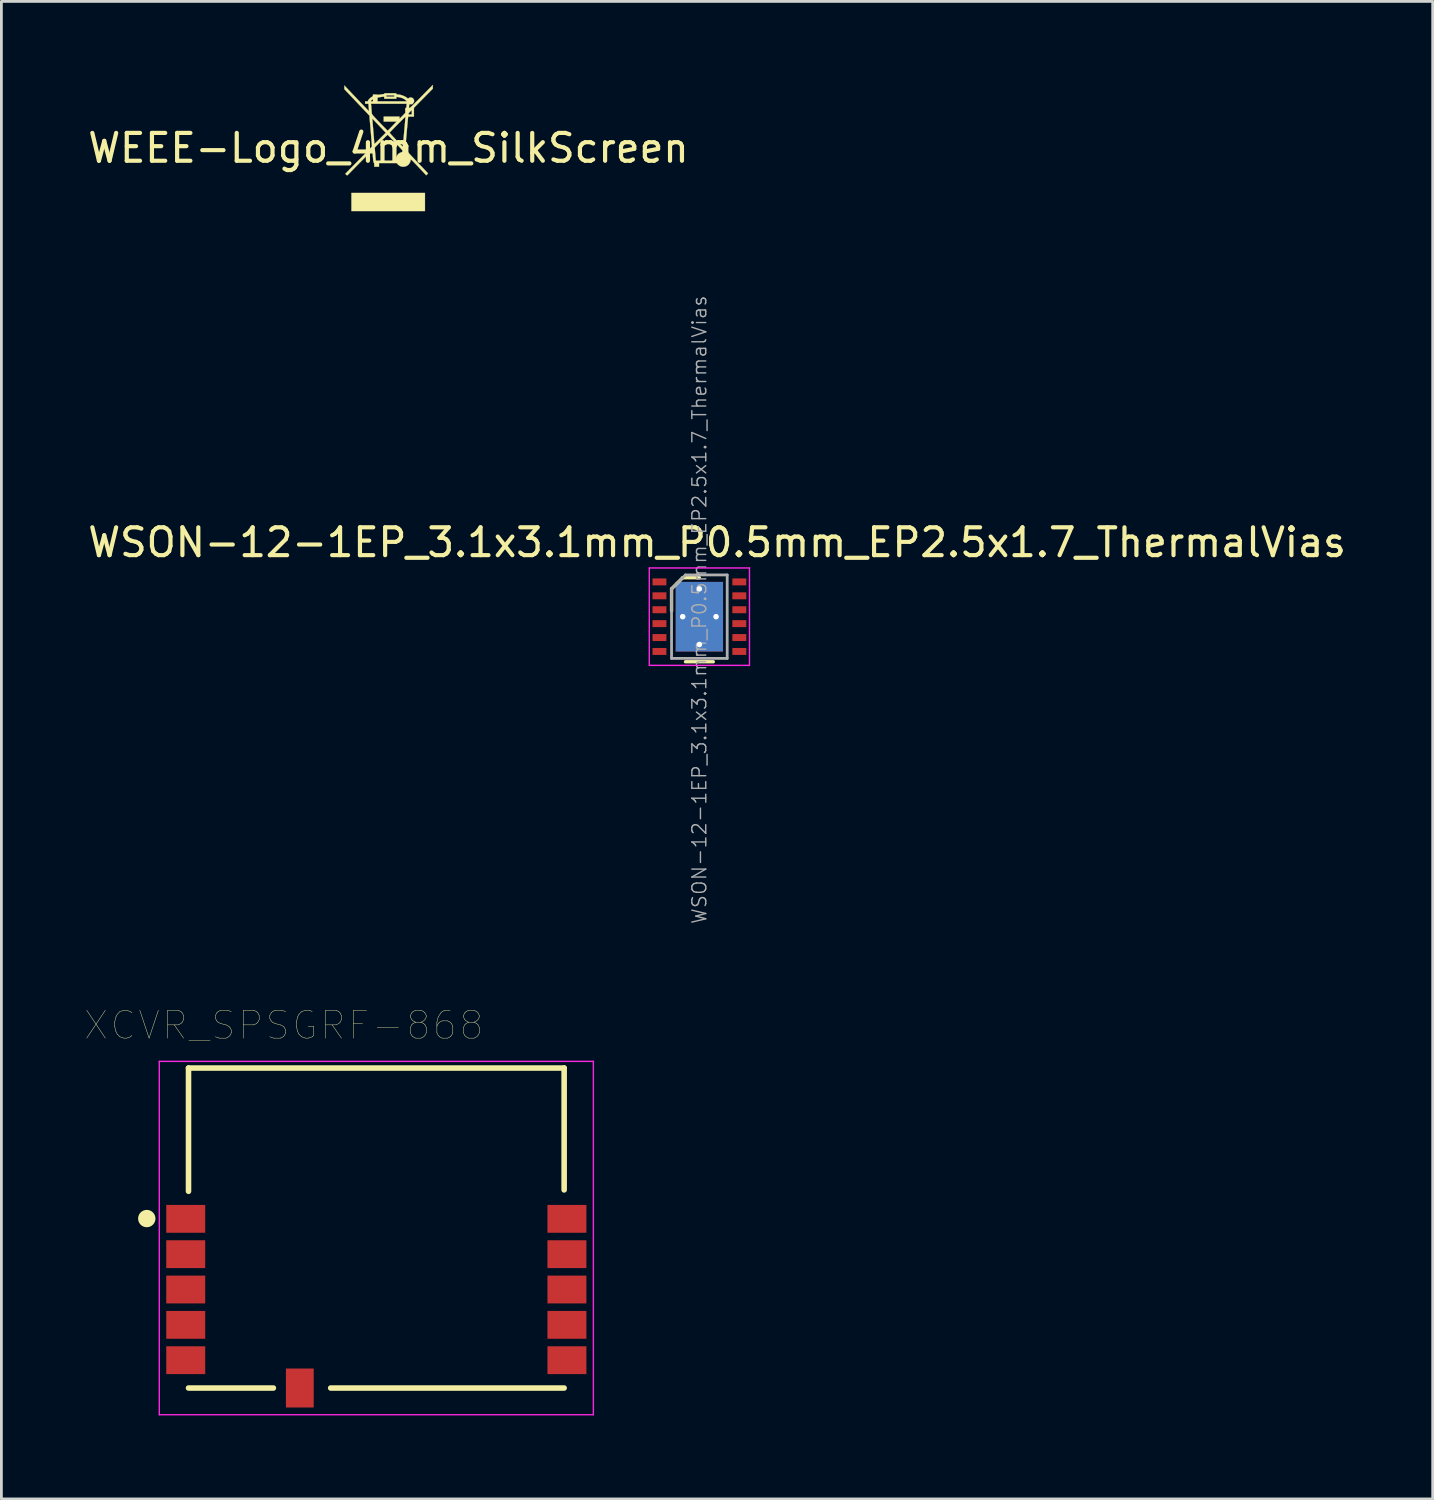
<source format=kicad_pcb>
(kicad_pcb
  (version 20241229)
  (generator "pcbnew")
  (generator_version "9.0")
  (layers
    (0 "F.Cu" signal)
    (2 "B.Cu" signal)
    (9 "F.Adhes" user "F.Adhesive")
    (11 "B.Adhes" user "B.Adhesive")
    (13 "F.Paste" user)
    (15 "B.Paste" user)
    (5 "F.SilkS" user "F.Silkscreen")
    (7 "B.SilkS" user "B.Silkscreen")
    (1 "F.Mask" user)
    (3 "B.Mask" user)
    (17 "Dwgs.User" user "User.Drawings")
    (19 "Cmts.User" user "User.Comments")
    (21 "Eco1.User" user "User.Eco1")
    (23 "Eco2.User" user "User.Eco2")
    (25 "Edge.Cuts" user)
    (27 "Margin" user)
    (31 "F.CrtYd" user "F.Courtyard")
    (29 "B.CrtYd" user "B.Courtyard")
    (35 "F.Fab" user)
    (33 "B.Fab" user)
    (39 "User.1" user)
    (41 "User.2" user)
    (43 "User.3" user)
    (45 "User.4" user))
  (footprint "WEEE-Logo_4mm_SilkScreen"
    (layer "F.Cu")
    (at 10.911 2.272)
    (property "Reference" "WEEE-Logo_4mm_SilkScreen" (at 0 0 0) (layer "F.SilkS") (effects (font (size 1 1) (thickness 0.15))))
    (attr exclude_from_pos_files exclude_from_bom)
    (fp_poly (pts (xy 1.311 2.263) (xy -1.33 2.263) (xy -1.33 1.613) (xy 1.311 1.613) (xy 1.311 2.263)) (stroke (width 0.01) (type solid)) (fill yes) (layer "F.SilkS"))
    (fp_poly (pts (xy 1.593 -2.201) (xy 1.593 -2.136) (xy 1.254 -1.792) (xy 0.915 -1.448) (xy 0.915 -1.29) (xy 0.915 -1.132) (xy 0.708 -1.132) (xy 0.703 -1.092) (xy 0.701 -1.073) (xy 0.698 -1.039) (xy 0.693 -0.99) (xy 0.688 -0.93) (xy 0.681 -0.859) (xy 0.674 -0.781) (xy 0.666 -0.697) (xy 0.659 -0.609) (xy 0.651 -0.519) (xy 0.643 -0.429) (xy 0.635 -0.342) (xy 0.628 -0.259) (xy 0.621 -0.183) (xy 0.615 -0.115) (xy 0.611 -0.057) (xy 0.607 -0.012) (xy 0.605 0.018) (xy 0.604 0.031) (xy 0.604 0.031) (xy 0.61 0.042) (xy 0.627 0.064) (xy 0.656 0.098) (xy 0.697 0.144) (xy 0.751 0.203) (xy 0.817 0.274) (xy 0.896 0.357) (xy 0.988 0.454) (xy 1.013 0.481) (xy 1.423 0.91) (xy 1.357 0.976) (xy 1.303 0.918) (xy 1.284 0.897) (xy 1.253 0.864) (xy 1.213 0.822) (xy 1.167 0.773) (xy 1.115 0.719) (xy 1.061 0.662) (xy 1.028 0.627) (xy 0.967 0.563) (xy 0.918 0.512) (xy 0.879 0.473) (xy 0.849 0.444) (xy 0.827 0.425) (xy 0.812 0.416) (xy 0.802 0.414) (xy 0.797 0.42) (xy 0.794 0.431) (xy 0.793 0.449) (xy 0.793 0.453) (xy 0.786 0.485) (xy 0.768 0.524) (xy 0.744 0.563) (xy 0.716 0.597) (xy 0.705 0.608) (xy 0.649 0.644) (xy 0.582 0.665) (xy 0.524 0.67) (xy 0.457 0.66) (xy 0.396 0.634) (xy 0.341 0.59) (xy 0.331 0.579) (xy 0.295 0.538) (xy -0.34 0.538) (xy -0.34 0.67) (xy -0.509 0.67) (xy -0.509 0.608) (xy -0.511 0.566) (xy -0.519 0.537) (xy -0.527 0.521) (xy -0.533 0.509) (xy -0.539 0.493) (xy -0.544 0.469) (xy -0.548 0.435) (xy -0.553 0.388) (xy -0.558 0.327) (xy -0.562 0.281) (xy -0.578 0.067) (xy -0.985 0.479) (xy -1.059 0.554) (xy -1.129 0.625) (xy -1.196 0.693) (xy -1.257 0.755) (xy -1.311 0.81) (xy -1.357 0.857) (xy -1.393 0.895) (xy -1.419 0.921) (xy -1.433 0.936) (xy -1.456 0.959) (xy -1.475 0.975) (xy -1.485 0.981) (xy -1.498 0.974) (xy -1.517 0.959) (xy -1.523 0.952) (xy -1.551 0.924) (xy -1.4 0.771) (xy -1.362 0.732) (xy -1.312 0.682) (xy -1.254 0.622) (xy -1.188 0.557) (xy -1.119 0.486) (xy -1.046 0.413) (xy -0.974 0.34) (xy -0.922 0.287) (xy -0.843 0.207) (xy -0.776 0.14) (xy -0.722 0.083) (xy -0.678 0.037) (xy -0.644 0.001) (xy -0.628 -0.018) (xy -0.494 -0.018) (xy -0.477 0.196) (xy -0.472 0.259) (xy -0.467 0.316) (xy -0.463 0.365) (xy -0.459 0.403) (xy -0.456 0.426) (xy -0.456 0.431) (xy -0.451 0.453) (xy 0.261 0.453) (xy 0.266 0.393) (xy 0.281 0.323) (xy 0.311 0.262) (xy 0.354 0.21) (xy 0.41 0.171) (xy 0.473 0.148) (xy 0.493 0.137) (xy 0.503 0.113) (xy 0.503 0.112) (xy 0.505 0.102) (xy 0.503 0.092) (xy 0.497 0.08) (xy 0.486 0.063) (xy 0.467 0.041) (xy 0.44 0.011) (xy 0.403 -0.029) (xy 0.354 -0.08) (xy 0.351 -0.083) (xy 0.299 -0.138) (xy 0.243 -0.197) (xy 0.188 -0.255) (xy 0.137 -0.309) (xy 0.094 -0.354) (xy 0.085 -0.364) (xy 0.048 -0.402) (xy 0.016 -0.435) (xy -0.01 -0.46) (xy -0.027 -0.474) (xy -0.033 -0.478) (xy -0.042 -0.471) (xy -0.062 -0.452) (xy -0.092 -0.423) (xy -0.131 -0.385) (xy -0.176 -0.34) (xy -0.227 -0.289) (xy -0.268 -0.247) (xy -0.494 -0.018) (xy -0.628 -0.018) (xy -0.62 -0.027) (xy -0.604 -0.047) (xy -0.596 -0.06) (xy -0.594 -0.066) (xy -0.595 -0.08) (xy -0.597 -0.11) (xy -0.6 -0.156) (xy -0.605 -0.215) (xy -0.61 -0.287) (xy -0.617 -0.368) (xy -0.624 -0.457) (xy -0.632 -0.553) (xy -0.639 -0.63) (xy -0.675 -1.061) (xy -0.582 -1.061) (xy -0.581 -1.052) (xy -0.58 -1.026) (xy -0.576 -0.985) (xy -0.572 -0.93) (xy -0.567 -0.864) (xy -0.56 -0.789) (xy -0.553 -0.706) (xy -0.547 -0.627) (xy -0.539 -0.537) (xy -0.532 -0.453) (xy -0.525 -0.376) (xy -0.52 -0.307) (xy -0.515 -0.25) (xy -0.512 -0.206) (xy -0.51 -0.176) (xy -0.509 -0.165) (xy -0.508 -0.158) (xy -0.505 -0.155) (xy -0.497 -0.158) (xy -0.485 -0.167) (xy -0.465 -0.184) (xy -0.438 -0.21) (xy -0.401 -0.246) (xy -0.353 -0.293) (xy -0.302 -0.344) (xy -0.096 -0.55) (xy -0.097 -0.552) (xy 0.04 -0.552) (xy 0.046 -0.543) (xy 0.063 -0.523) (xy 0.09 -0.493) (xy 0.125 -0.456) (xy 0.165 -0.412) (xy 0.21 -0.364) (xy 0.257 -0.314) (xy 0.305 -0.263) (xy 0.352 -0.214) (xy 0.397 -0.168) (xy 0.436 -0.127) (xy 0.47 -0.093) (xy 0.495 -0.067) (xy 0.511 -0.053) (xy 0.515 -0.05) (xy 0.516 -0.059) (xy 0.519 -0.086) (xy 0.523 -0.128) (xy 0.529 -0.184) (xy 0.535 -0.252) (xy 0.543 -0.331) (xy 0.551 -0.418) (xy 0.559 -0.512) (xy 0.566 -0.588) (xy 0.575 -0.687) (xy 0.583 -0.78) (xy 0.591 -0.865) (xy 0.597 -0.941) (xy 0.602 -1.007) (xy 0.606 -1.06) (xy 0.609 -1.099) (xy 0.61 -1.122) (xy 0.61 -1.128) (xy 0.603 -1.123) (xy 0.584 -1.106) (xy 0.555 -1.078) (xy 0.518 -1.042) (xy 0.475 -0.999) (xy 0.427 -0.951) (xy 0.375 -0.9) (xy 0.322 -0.846) (xy 0.269 -0.793) (xy 0.218 -0.74) (xy 0.17 -0.691) (xy 0.127 -0.647) (xy 0.091 -0.609) (xy 0.063 -0.58) (xy 0.046 -0.56) (xy 0.04 -0.552) (xy -0.097 -0.552) (xy -0.173 -0.633) (xy -0.212 -0.675) (xy -0.256 -0.722) (xy -0.303 -0.771) (xy -0.352 -0.823) (xy -0.4 -0.873) (xy -0.446 -0.921) (xy -0.488 -0.965) (xy -0.524 -1.003) (xy -0.553 -1.033) (xy -0.573 -1.053) (xy -0.582 -1.061) (xy -0.582 -1.061) (xy -0.675 -1.061) (xy -0.684 -1.169) (xy -1.134 -1.643) (xy -1.584 -2.117) (xy -1.584 -2.183) (xy -1.584 -2.249) (xy -1.511 -2.172) (xy -1.47 -2.128) (xy -1.422 -2.077) (xy -1.368 -2.02) (xy -1.309 -1.958) (xy -1.247 -1.893) (xy -1.182 -1.825) (xy -1.117 -1.756) (xy -1.052 -1.688) (xy -0.989 -1.622) (xy -0.928 -1.56) (xy -0.873 -1.501) (xy -0.822 -1.449) (xy -0.779 -1.404) (xy -0.744 -1.368) (xy -0.718 -1.342) (xy -0.703 -1.327) (xy -0.7 -1.324) (xy -0.7 -1.334) (xy -0.701 -1.359) (xy -0.704 -1.397) (xy -0.707 -1.442) (xy -0.709 -1.46) (xy -0.72 -1.594) (xy -0.632 -1.594) (xy -0.628 -1.573) (xy -0.625 -1.556) (xy -0.622 -1.524) (xy -0.618 -1.482) (xy -0.614 -1.433) (xy -0.613 -1.415) (xy -0.609 -1.362) (xy -0.605 -1.314) (xy -0.601 -1.274) (xy -0.598 -1.247) (xy -0.598 -1.242) (xy -0.595 -1.231) (xy -0.59 -1.22) (xy -0.58 -1.205) (xy -0.565 -1.185) (xy -0.544 -1.16) (xy -0.516 -1.128) (xy -0.478 -1.087) (xy -0.431 -1.037) (xy -0.373 -0.976) (xy -0.314 -0.914) (xy -0.255 -0.852) (xy -0.2 -0.795) (xy -0.15 -0.744) (xy -0.107 -0.7) (xy -0.072 -0.665) (xy -0.046 -0.64) (xy -0.031 -0.626) (xy -0.028 -0.624) (xy -0.02 -0.632) (xy 0.000022 -0.651) (xy 0.029 -0.679) (xy 0.065 -0.716) (xy 0.107 -0.759) (xy 0.137 -0.79) (xy 0.294 -0.953) (xy -0.17 -0.953) (xy -0.17 -1.132) (xy 0.396 -1.132) (xy 0.396 -1.052) (xy 0.5 -1.155) (xy 0.573 -1.229) (xy 0.717 -1.229) (xy 0.718 -1.217) (xy 0.725 -1.211) (xy 0.742 -1.208) (xy 0.773 -1.207) (xy 0.778 -1.207) (xy 0.839 -1.207) (xy 0.839 -1.372) (xy 0.778 -1.311) (xy 0.743 -1.274) (xy 0.723 -1.246) (xy 0.717 -1.229) (xy 0.573 -1.229) (xy 0.604 -1.259) (xy 0.604 -1.351) (xy 0.604 -1.393) (xy 0.605 -1.42) (xy 0.608 -1.435) (xy 0.614 -1.442) (xy 0.622 -1.443) (xy 0.631 -1.445) (xy 0.638 -1.453) (xy 0.643 -1.47) (xy 0.647 -1.499) (xy 0.652 -1.542) (xy 0.653 -1.558) (xy 0.656 -1.594) (xy -0.632 -1.594) (xy -0.72 -1.594) (xy -0.839 -1.594) (xy -0.839 -1.679) (xy -0.788 -1.679) (xy -0.759 -1.679) (xy -0.743 -1.683) (xy -0.741 -1.686) (xy -0.636 -1.686) (xy -0.631 -1.68) (xy -0.612 -1.679) (xy -0.599 -1.679) (xy -0.556 -1.679) (xy -0.397 -1.679) (xy 0.664 -1.679) (xy 0.628 -1.715) (xy 0.572 -1.761) (xy 0.503 -1.796) (xy 0.42 -1.821) (xy 0.337 -1.835) (xy 0.283 -1.841) (xy 0.283 -1.773) (xy -0.151 -1.773) (xy -0.151 -1.85) (xy -0.215 -1.844) (xy -0.259 -1.838) (xy -0.306 -1.831) (xy -0.335 -1.826) (xy -0.391 -1.815) (xy -0.394 -1.747) (xy -0.397 -1.679) (xy -0.556 -1.679) (xy -0.556 -1.716) (xy -0.558 -1.74) (xy -0.561 -1.753) (xy -0.562 -1.754) (xy -0.576 -1.748) (xy -0.596 -1.733) (xy -0.617 -1.715) (xy -0.631 -1.699) (xy -0.632 -1.697) (xy -0.636 -1.686) (xy -0.741 -1.686) (xy -0.735 -1.693) (xy -0.732 -1.703) (xy -0.719 -1.729) (xy -0.694 -1.761) (xy -0.661 -1.793) (xy -0.626 -1.822) (xy -0.602 -1.837) (xy -0.575 -1.853) (xy -0.562 -1.867) (xy -0.557 -1.883) (xy -0.556 -1.893) (xy -0.556 -1.896) (xy -0.075 -1.896) (xy -0.075 -1.848) (xy 0.207 -1.848) (xy 0.207 -1.896) (xy -0.075 -1.896) (xy -0.556 -1.896) (xy -0.556 -1.924) (xy -0.477 -1.924) (xy -0.441 -1.923) (xy -0.412 -1.921) (xy -0.396 -1.917) (xy -0.395 -1.916) (xy -0.384 -1.914) (xy -0.36 -1.915) (xy -0.325 -1.918) (xy -0.302 -1.921) (xy -0.259 -1.928) (xy -0.22 -1.934) (xy -0.19 -1.938) (xy -0.182 -1.939) (xy -0.159 -1.946) (xy -0.151 -1.957) (xy -0.148 -1.962) (xy -0.14 -1.965) (xy -0.122 -1.968) (xy -0.095 -1.969) (xy -0.054 -1.97) (xy 0.001 -1.971) (xy 0.066 -1.971) (xy 0.135 -1.971) (xy 0.188 -1.971) (xy 0.227 -1.97) (xy 0.253 -1.968) (xy 0.27 -1.966) (xy 0.279 -1.963) (xy 0.282 -1.958) (xy 0.283 -1.953) (xy 0.289 -1.937) (xy 0.308 -1.927) (xy 0.342 -1.924) (xy 0.348 -1.924) (xy 0.406 -1.918) (xy 0.473 -1.901) (xy 0.541 -1.876) (xy 0.605 -1.845) (xy 0.659 -1.811) (xy 0.666 -1.805) (xy 0.689 -1.787) (xy 0.702 -1.78) (xy 0.712 -1.782) (xy 0.722 -1.792) (xy 0.75 -1.811) (xy 0.787 -1.818) (xy 0.828 -1.814) (xy 0.865 -1.8) (xy 0.893 -1.776) (xy 0.896 -1.774) (xy 0.917 -1.729) (xy 0.921 -1.683) (xy 0.908 -1.639) (xy 0.878 -1.601) (xy 0.875 -1.598) (xy 0.854 -1.583) (xy 0.833 -1.577) (xy 0.803 -1.576) (xy 0.795 -1.577) (xy 0.766 -1.578) (xy 0.751 -1.575) (xy 0.745 -1.568) (xy 0.745 -1.561) (xy 0.744 -1.541) (xy 0.741 -1.51) (xy 0.739 -1.492) (xy 0.736 -1.464) (xy 0.737 -1.449) (xy 0.744 -1.444) (xy 0.757 -1.443) (xy 0.765 -1.445) (xy 0.777 -1.453) (xy 0.794 -1.467) (xy 0.818 -1.489) (xy 0.85 -1.518) (xy 0.889 -1.556) (xy 0.938 -1.604) (xy 0.997 -1.663) (xy 1.067 -1.733) (xy 1.148 -1.815) (xy 1.187 -1.855) (xy 1.594 -2.267) (xy 1.593 -2.201)) (stroke (width 0.01) (type solid)) (fill yes) (layer "F.SilkS")))
  (footprint "WSON-12-1EP_3.1x3.1mm_P0.5mm_EP2.5x1.7_ThermalVias"
    (layer "F.Cu")
    (at 22.085 19.113)
    (property "Reference" "WSON-12-1EP_3.1x3.1mm_P0.5mm_EP2.5x1.7_ThermalVias" (at 0.635 -2.667 0) (layer "F.SilkS") (effects (font (size 1 1) (thickness 0.15))))
    (attr smd)
    (fp_line (start -1 -1) (end -0.6 -1.4) (stroke (width 0.12) (type solid)) (layer "F.SilkS"))
    (fp_line (start -1 -0.2) (end -1 -1) (stroke (width 0.12) (type solid)) (layer "F.SilkS"))
    (fp_line (start -0.6 -1.4) (end 0 -1.4) (stroke (width 0.12) (type solid)) (layer "F.SilkS"))
    (fp_line (start 0.5 1.62) (end -0.5 1.62) (stroke (width 0.12) (type solid)) (layer "F.SilkS"))
    (fp_line (start -1.8 -1.75) (end 1.8 -1.75) (stroke (width 0.05) (type solid)) (layer "F.CrtYd"))
    (fp_line (start -1.8 1.75) (end -1.8 -1.75) (stroke (width 0.05) (type solid)) (layer "F.CrtYd"))
    (fp_line (start 1.8 -1.75) (end 1.8 1.75) (stroke (width 0.05) (type solid)) (layer "F.CrtYd"))
    (fp_line (start 1.8 1.75) (end -1.8 1.75) (stroke (width 0.05) (type solid)) (layer "F.CrtYd"))
    (fp_line (start -1 -1) (end -0.5 -1.5) (stroke (width 0.1) (type solid)) (layer "F.Fab"))
    (fp_line (start -1 1.5) (end -1 -1) (stroke (width 0.1) (type solid)) (layer "F.Fab"))
    (fp_line (start -0.5 -1.5) (end 1 -1.5) (stroke (width 0.1) (type solid)) (layer "F.Fab"))
    (fp_line (start 1 -1.5) (end 1 1.5) (stroke (width 0.1) (type solid)) (layer "F.Fab"))
    (fp_line (start 1 1.5) (end -1 1.5) (stroke (width 0.1) (type solid)) (layer "F.Fab"))
    (fp_text user "${REFERENCE}" (at 0 -0.25 90) (layer "F.Fab") (effects (font (size 0.5 0.5) (thickness 0.05))))
    (pad "" smd rect (at 0 -0.5) (size 0.95 0.8) (layers "F.Paste"))
    (pad "" smd rect (at 0 0.5) (size 0.95 0.8) (layers "F.Paste"))
    (pad "1" smd rect (at -1.435 -1.25) (size 0.5 0.25) (layers "F.Cu" "F.Mask" "F.Paste"))
    (pad "2" smd rect (at -1.435 -0.75) (size 0.5 0.25) (layers "F.Cu" "F.Mask" "F.Paste"))
    (pad "3" smd rect (at -1.435 -0.25) (size 0.5 0.25) (layers "F.Cu" "F.Mask" "F.Paste"))
    (pad "4" smd rect (at -1.435 0.25) (size 0.5 0.25) (layers "F.Cu" "F.Mask" "F.Paste"))
    (pad "5" smd rect (at -1.435 0.75) (size 0.5 0.25) (layers "F.Cu" "F.Mask" "F.Paste"))
    (pad "6" smd rect (at -1.435 1.25) (size 0.5 0.25) (layers "F.Cu" "F.Mask" "F.Paste"))
    (pad "7" smd rect (at 1.435 1.25) (size 0.5 0.25) (layers "F.Cu" "F.Mask" "F.Paste"))
    (pad "8" smd rect (at 1.435 0.75) (size 0.5 0.25) (layers "F.Cu" "F.Mask" "F.Paste"))
    (pad "9" smd rect (at 1.435 0.25) (size 0.5 0.25) (layers "F.Cu" "F.Mask" "F.Paste"))
    (pad "10" smd rect (at 1.435 -0.25) (size 0.5 0.25) (layers "F.Cu" "F.Mask" "F.Paste"))
    (pad "11" smd rect (at 1.435 -0.75) (size 0.5 0.25) (layers "F.Cu" "F.Mask" "F.Paste"))
    (pad "12" smd rect (at 1.435 -1.25) (size 0.5 0.25) (layers "F.Cu" "F.Mask" "F.Paste"))
    (pad "13" thru_hole circle (at -0.6 0) (size 0.4 0.4) (drill 0.2) (layers "*.Cu"))
    (pad "13" thru_hole circle (at 0 -1 90) (size 0.4 0.4) (drill 0.2) (layers "*.Cu"))
    (pad "13" smd rect (at 0 0) (size 1.7 2.5) (layers "F.Cu" "F.Mask"))
    (pad "13" smd rect (at 0 0) (size 1.7 2.5) (layers "B.Cu"))
    (pad "13" thru_hole circle (at 0 1) (size 0.4 0.4) (drill 0.2) (layers "*.Cu"))
    (pad "13" thru_hole circle (at 0.6 0) (size 0.4 0.4) (drill 0.2) (layers "*.Cu")))
  (footprint "XCVR_SPSGRF-868"
    (layer "F.Cu")
    (at 10.475 43.294)
    (property "Reference" "XCVR_SPSGRF-868" (at -3.329 -9.497 0) (layer "F.SilkS") (effects (font (size 1.001 1.001) (thickness 0.015))))
    (attr through_hole)
    (fp_line (start -6.75 -7.96) (end 6.75 -7.96) (stroke (width 0.2) (type solid)) (layer "F.SilkS"))
    (fp_line (start -6.75 -3.53) (end -6.75 -7.96) (stroke (width 0.2) (type solid)) (layer "F.SilkS"))
    (fp_line (start -3.7 3.54) (end -6.75 3.54) (stroke (width 0.2) (type solid)) (layer "F.SilkS"))
    (fp_line (start 6.75 -7.96) (end 6.75 -3.58) (stroke (width 0.2) (type solid)) (layer "F.SilkS"))
    (fp_line (start 6.75 3.54) (end -1.64 3.54) (stroke (width 0.2) (type solid)) (layer "F.SilkS"))
    (fp_circle (center -8.25 -2.55) (end -8.038 -2.55) (stroke (width 0.2) (type solid)) (fill no) (layer "F.SilkS"))
    (fp_poly (pts (xy -8.458 -2.7) (xy -8.1 -2.7) (xy -8.1 -2.402) (xy -8.458 -2.402)) (stroke (width 0.01) (type solid)) (fill yes) (layer "F.SilkS"))
    (fp_line (start -7.8 -8.2) (end 7.8 -8.2) (stroke (width 0.05) (type solid)) (layer "F.CrtYd"))
    (fp_line (start -7.8 4.5) (end -7.8 -8.2) (stroke (width 0.05) (type solid)) (layer "F.CrtYd"))
    (fp_line (start 7.8 -8.2) (end 7.8 4.5) (stroke (width 0.05) (type solid)) (layer "F.CrtYd"))
    (fp_line (start 7.8 4.5) (end -7.8 4.5) (stroke (width 0.05) (type solid)) (layer "F.CrtYd"))
    (pad "1" smd rect (at -6.85 -2.54) (size 1.4 1) (layers "F.Cu" "F.Mask" "F.Paste"))
    (pad "2" smd rect (at -6.85 -1.27) (size 1.4 1) (layers "F.Cu" "F.Mask" "F.Paste"))
    (pad "3" smd rect (at -6.85 0) (size 1.4 1) (layers "F.Cu" "F.Mask" "F.Paste"))
    (pad "4" smd rect (at -6.85 1.27) (size 1.4 1) (layers "F.Cu" "F.Mask" "F.Paste"))
    (pad "5" smd rect (at -6.85 2.54) (size 1.4 1) (layers "F.Cu" "F.Mask" "F.Paste"))
    (pad "6" smd rect (at -2.75 3.54) (size 1 1.4) (layers "F.Cu" "F.Mask" "F.Paste"))
    (pad "7" smd rect (at 6.85 2.54) (size 1.4 1) (layers "F.Cu" "F.Mask" "F.Paste"))
    (pad "8" smd rect (at 6.85 1.27) (size 1.4 1) (layers "F.Cu" "F.Mask" "F.Paste"))
    (pad "9" smd rect (at 6.85 0) (size 1.4 1) (layers "F.Cu" "F.Mask" "F.Paste"))
    (pad "10" smd rect (at 6.85 -1.27) (size 1.4 1) (layers "F.Cu" "F.Mask" "F.Paste"))
    (pad "11" smd rect (at 6.85 -2.54) (size 1.4 1) (layers "F.Cu" "F.Mask" "F.Paste")))
  (gr_rect
    (start -3 -3)
    (end 48.44 50.819)
    (stroke (width 0.1) (type default))
    (fill no)
    (layer "Edge.Cuts")))
</source>
